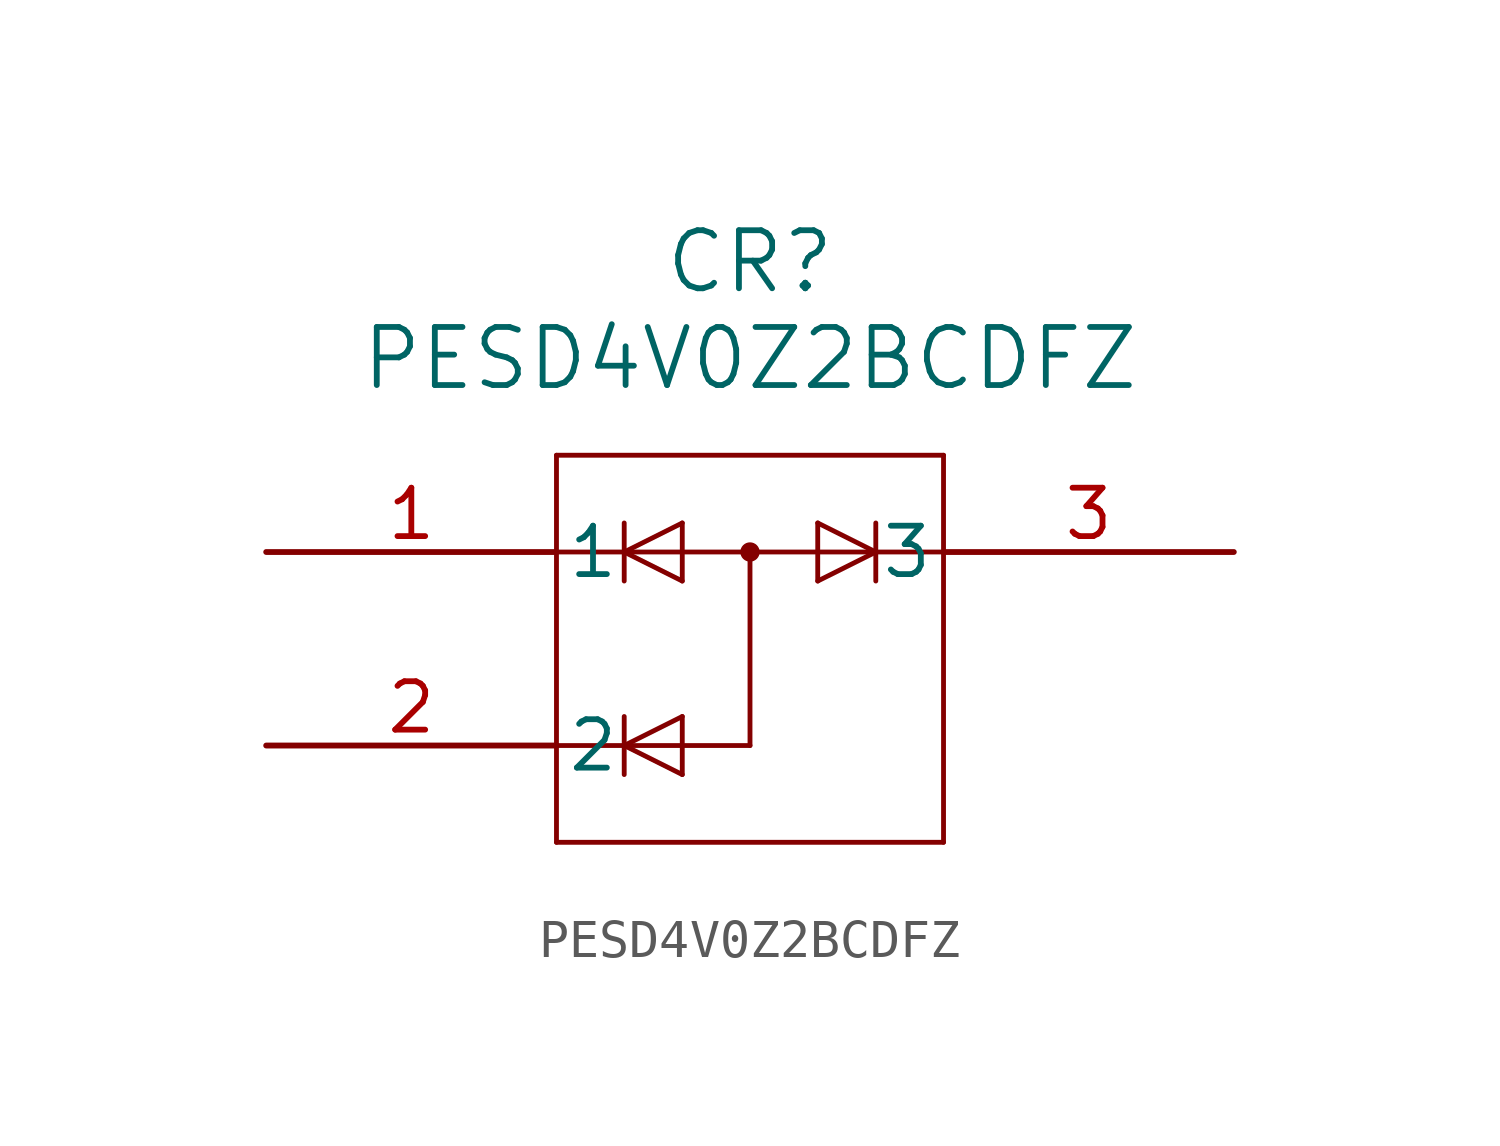
<source format=kicad_sym>
(kicad_symbol_lib
  (version 20241209)
  (generator "kicad_symbol_editor")
  (generator_version "9.0")
  (symbol "PESD4V0Z2BCDFZ"
    (pin_names
      (offset 0.254))
    (property "Reference" "CR"
      (at 12.7 7.62 0)
      (effects (font (size 1.524 1.524))))
    (property "Value" "PESD4V0Z2BCDFZ"
      (at 12.7 5.08 0)
      (effects (font (size 1.524 1.524))))
    (property "ki_locked" ""
      (at 0 0 0)
      (effects (font (size 1.27 1.27))))
    (symbol "PESD4V0Z2BCDFZ_0_1"
      (polyline (pts (xy 7.62 2.54) (xy 7.62 -7.62)) (stroke (width 0.127) (type default)) (fill (type none)))
      (polyline (pts (xy 7.62 0) (xy 17.78 0)) (stroke (width 0.127) (type default)) (fill (type none)))
      (polyline (pts (xy 7.62 -7.62) (xy 17.78 -7.62)) (stroke (width 0.127) (type default)) (fill (type none)))
      (polyline (pts (xy 9.398 0) (xy 10.922 0.762)) (stroke (width 0.127) (type default)) (fill (type none)))
      (polyline (pts (xy 9.398 -0.762) (xy 9.398 0.762)) (stroke (width 0.127) (type default)) (fill (type none)))
      (polyline (pts (xy 9.398 -5.08) (xy 10.922 -4.318)) (stroke (width 0.127) (type default)) (fill (type none)))
      (polyline (pts (xy 9.398 -5.842) (xy 9.398 -4.318)) (stroke (width 0.127) (type default)) (fill (type none)))
      (polyline (pts (xy 10.922 0.762) (xy 10.922 -0.762)) (stroke (width 0.127) (type default)) (fill (type none)))
      (polyline (pts (xy 10.922 -0.762) (xy 9.398 0)) (stroke (width 0.127) (type default)) (fill (type none)))
      (polyline (pts (xy 10.922 -4.318) (xy 10.922 -5.842)) (stroke (width 0.127) (type default)) (fill (type none)))
      (polyline (pts (xy 10.922 -5.842) (xy 9.398 -5.08)) (stroke (width 0.127) (type default)) (fill (type none)))
      (polyline (pts (xy 12.7 0) (xy 12.7 -5.08)) (stroke (width 0.127) (type default)) (fill (type none)))
      (circle (center 12.7 0) (radius 0.127) (stroke (width 0.254) (type default)) (fill (type none)))
      (polyline (pts (xy 12.7 -5.08) (xy 7.62 -5.08)) (stroke (width 0.127) (type default)) (fill (type none)))
      (polyline (pts (xy 14.478 0.762) (xy 16.002 0)) (stroke (width 0.127) (type default)) (fill (type none)))
      (polyline (pts (xy 14.478 -0.762) (xy 14.478 0.762)) (stroke (width 0.127) (type default)) (fill (type none)))
      (polyline (pts (xy 16.002 0.762) (xy 16.002 -0.762)) (stroke (width 0.127) (type default)) (fill (type none)))
      (polyline (pts (xy 16.002 0) (xy 14.478 -0.762)) (stroke (width 0.127) (type default)) (fill (type none)))
      (polyline (pts (xy 17.78 2.54) (xy 7.62 2.54)) (stroke (width 0.127) (type default)) (fill (type none)))
      (polyline (pts (xy 17.78 -7.62) (xy 17.78 2.54)) (stroke (width 0.127) (type default)) (fill (type none)))
      (pin passive line (at 0 0 0) (length 7.62) (name "1" (effects (font (size 1.27 1.27)))) (number "1" (effects (font (size 1.27 1.27)))))
      (pin passive line (at 0 -5.08 0) (length 7.62) (name "2" (effects (font (size 1.27 1.27)))) (number "2" (effects (font (size 1.27 1.27)))))
      (pin passive line (at 25.4 0 180) (length 7.62) (name "3" (effects (font (size 1.27 1.27)))) (number "3" (effects (font (size 1.27 1.27))))))))
</source>
